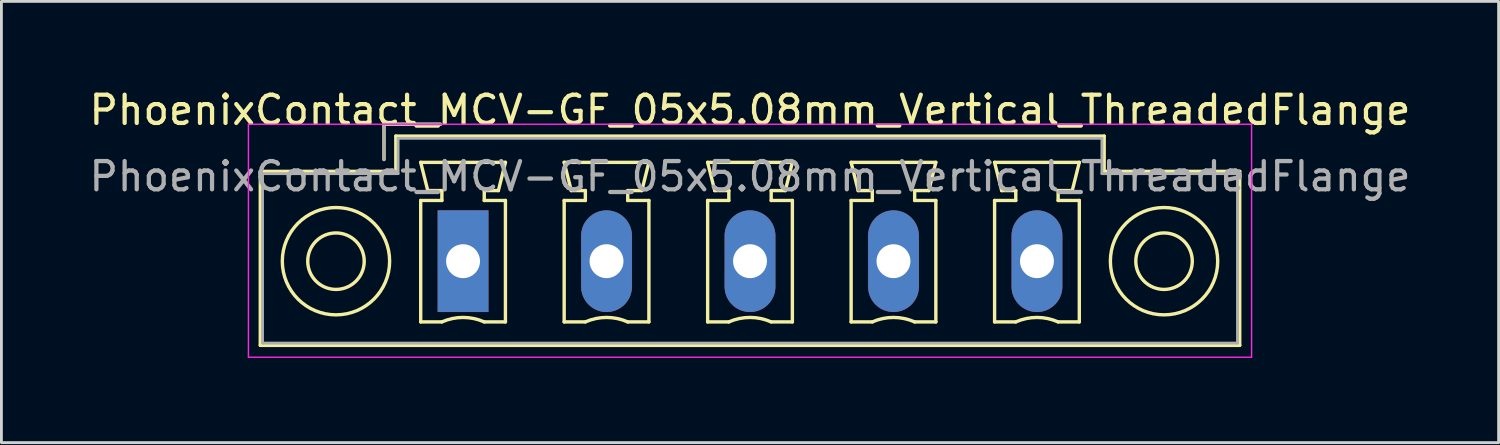
<source format=kicad_pcb>
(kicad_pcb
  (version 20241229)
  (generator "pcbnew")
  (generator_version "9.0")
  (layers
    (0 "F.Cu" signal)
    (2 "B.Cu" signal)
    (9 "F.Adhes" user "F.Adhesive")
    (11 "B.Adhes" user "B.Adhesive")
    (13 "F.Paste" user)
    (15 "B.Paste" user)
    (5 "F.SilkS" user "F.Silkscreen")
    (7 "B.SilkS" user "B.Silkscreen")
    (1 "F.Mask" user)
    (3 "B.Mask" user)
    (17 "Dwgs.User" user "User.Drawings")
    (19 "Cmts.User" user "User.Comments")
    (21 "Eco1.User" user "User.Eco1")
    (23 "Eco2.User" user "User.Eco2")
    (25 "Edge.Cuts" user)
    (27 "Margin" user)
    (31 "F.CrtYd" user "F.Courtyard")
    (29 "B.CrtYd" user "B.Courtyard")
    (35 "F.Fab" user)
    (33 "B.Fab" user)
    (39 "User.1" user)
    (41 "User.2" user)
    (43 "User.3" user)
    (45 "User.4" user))
  (footprint "PhoenixContact_MCV-GF_05x5.08mm_Vertical_ThreadedFlange"
    (layer "F.Cu")
    (at 13.346 6.198)
    (property "Reference" "PhoenixContact_MCV-GF_05x5.08mm_Vertical_ThreadedFlange" (at 10.16 -5.35 0) (layer "F.SilkS") (effects (font (size 1 1) (thickness 0.15))))
    (attr through_hole)
    (fp_line (start -7.18 -3.18) (end -7.18 2.98) (stroke (width 0.12) (type solid)) (layer "F.SilkS"))
    (fp_line (start -7.18 2.98) (end 27.5 2.98) (stroke (width 0.12) (type solid)) (layer "F.SilkS"))
    (fp_line (start -2.8 -4.85) (end -0.8 -4.85) (stroke (width 0.12) (type solid)) (layer "F.SilkS"))
    (fp_line (start -2.8 -3.6) (end -2.8 -4.85) (stroke (width 0.12) (type solid)) (layer "F.SilkS"))
    (fp_line (start -2.38 -4.43) (end -2.38 -3.18) (stroke (width 0.12) (type solid)) (layer "F.SilkS"))
    (fp_line (start -2.38 -3.18) (end -7.18 -3.18) (stroke (width 0.12) (type solid)) (layer "F.SilkS"))
    (fp_line (start -1.5 -3.5) (end 1.5 -3.5) (stroke (width 0.12) (type solid)) (layer "F.SilkS"))
    (fp_line (start -1.5 -2.15) (end -0.75 -2.15) (stroke (width 0.12) (type solid)) (layer "F.SilkS"))
    (fp_line (start -1.5 2.15) (end -1.5 -2.15) (stroke (width 0.12) (type solid)) (layer "F.SilkS"))
    (fp_line (start -1.25 -2.5) (end -1.5 -3.5) (stroke (width 0.12) (type solid)) (layer "F.SilkS"))
    (fp_line (start -0.75 -2.5) (end -1.25 -2.5) (stroke (width 0.12) (type solid)) (layer "F.SilkS"))
    (fp_line (start -0.75 -2.15) (end -0.75 -2.5) (stroke (width 0.12) (type solid)) (layer "F.SilkS"))
    (fp_line (start -0.75 2.15) (end -1.5 2.15) (stroke (width 0.12) (type solid)) (layer "F.SilkS"))
    (fp_line (start 0.75 -2.5) (end 0.75 -2.15) (stroke (width 0.12) (type solid)) (layer "F.SilkS"))
    (fp_line (start 0.75 -2.15) (end 1.5 -2.15) (stroke (width 0.12) (type solid)) (layer "F.SilkS"))
    (fp_line (start 1.25 -2.5) (end 0.75 -2.5) (stroke (width 0.12) (type solid)) (layer "F.SilkS"))
    (fp_line (start 1.5 -3.5) (end 1.25 -2.5) (stroke (width 0.12) (type solid)) (layer "F.SilkS"))
    (fp_line (start 1.5 -2.15) (end 1.5 2.15) (stroke (width 0.12) (type solid)) (layer "F.SilkS"))
    (fp_line (start 1.5 2.15) (end 0.75 2.15) (stroke (width 0.12) (type solid)) (layer "F.SilkS"))
    (fp_line (start 3.58 -3.5) (end 6.58 -3.5) (stroke (width 0.12) (type solid)) (layer "F.SilkS"))
    (fp_line (start 3.58 -2.15) (end 4.33 -2.15) (stroke (width 0.12) (type solid)) (layer "F.SilkS"))
    (fp_line (start 3.58 2.15) (end 3.58 -2.15) (stroke (width 0.12) (type solid)) (layer "F.SilkS"))
    (fp_line (start 3.83 -2.5) (end 3.58 -3.5) (stroke (width 0.12) (type solid)) (layer "F.SilkS"))
    (fp_line (start 4.33 -2.5) (end 3.83 -2.5) (stroke (width 0.12) (type solid)) (layer "F.SilkS"))
    (fp_line (start 4.33 -2.15) (end 4.33 -2.5) (stroke (width 0.12) (type solid)) (layer "F.SilkS"))
    (fp_line (start 4.33 2.15) (end 3.58 2.15) (stroke (width 0.12) (type solid)) (layer "F.SilkS"))
    (fp_line (start 5.83 -2.5) (end 5.83 -2.15) (stroke (width 0.12) (type solid)) (layer "F.SilkS"))
    (fp_line (start 5.83 -2.15) (end 6.58 -2.15) (stroke (width 0.12) (type solid)) (layer "F.SilkS"))
    (fp_line (start 6.33 -2.5) (end 5.83 -2.5) (stroke (width 0.12) (type solid)) (layer "F.SilkS"))
    (fp_line (start 6.58 -3.5) (end 6.33 -2.5) (stroke (width 0.12) (type solid)) (layer "F.SilkS"))
    (fp_line (start 6.58 -2.15) (end 6.58 2.15) (stroke (width 0.12) (type solid)) (layer "F.SilkS"))
    (fp_line (start 6.58 2.15) (end 5.83 2.15) (stroke (width 0.12) (type solid)) (layer "F.SilkS"))
    (fp_line (start 8.66 -3.5) (end 11.66 -3.5) (stroke (width 0.12) (type solid)) (layer "F.SilkS"))
    (fp_line (start 8.66 -2.15) (end 9.41 -2.15) (stroke (width 0.12) (type solid)) (layer "F.SilkS"))
    (fp_line (start 8.66 2.15) (end 8.66 -2.15) (stroke (width 0.12) (type solid)) (layer "F.SilkS"))
    (fp_line (start 8.91 -2.5) (end 8.66 -3.5) (stroke (width 0.12) (type solid)) (layer "F.SilkS"))
    (fp_line (start 9.41 -2.5) (end 8.91 -2.5) (stroke (width 0.12) (type solid)) (layer "F.SilkS"))
    (fp_line (start 9.41 -2.15) (end 9.41 -2.5) (stroke (width 0.12) (type solid)) (layer "F.SilkS"))
    (fp_line (start 9.41 2.15) (end 8.66 2.15) (stroke (width 0.12) (type solid)) (layer "F.SilkS"))
    (fp_line (start 10.91 -2.5) (end 10.91 -2.15) (stroke (width 0.12) (type solid)) (layer "F.SilkS"))
    (fp_line (start 10.91 -2.15) (end 11.66 -2.15) (stroke (width 0.12) (type solid)) (layer "F.SilkS"))
    (fp_line (start 11.41 -2.5) (end 10.91 -2.5) (stroke (width 0.12) (type solid)) (layer "F.SilkS"))
    (fp_line (start 11.66 -3.5) (end 11.41 -2.5) (stroke (width 0.12) (type solid)) (layer "F.SilkS"))
    (fp_line (start 11.66 -2.15) (end 11.66 2.15) (stroke (width 0.12) (type solid)) (layer "F.SilkS"))
    (fp_line (start 11.66 2.15) (end 10.91 2.15) (stroke (width 0.12) (type solid)) (layer "F.SilkS"))
    (fp_line (start 13.74 -3.5) (end 16.74 -3.5) (stroke (width 0.12) (type solid)) (layer "F.SilkS"))
    (fp_line (start 13.74 -2.15) (end 14.49 -2.15) (stroke (width 0.12) (type solid)) (layer "F.SilkS"))
    (fp_line (start 13.74 2.15) (end 13.74 -2.15) (stroke (width 0.12) (type solid)) (layer "F.SilkS"))
    (fp_line (start 13.99 -2.5) (end 13.74 -3.5) (stroke (width 0.12) (type solid)) (layer "F.SilkS"))
    (fp_line (start 14.49 -2.5) (end 13.99 -2.5) (stroke (width 0.12) (type solid)) (layer "F.SilkS"))
    (fp_line (start 14.49 -2.15) (end 14.49 -2.5) (stroke (width 0.12) (type solid)) (layer "F.SilkS"))
    (fp_line (start 14.49 2.15) (end 13.74 2.15) (stroke (width 0.12) (type solid)) (layer "F.SilkS"))
    (fp_line (start 15.99 -2.5) (end 15.99 -2.15) (stroke (width 0.12) (type solid)) (layer "F.SilkS"))
    (fp_line (start 15.99 -2.15) (end 16.74 -2.15) (stroke (width 0.12) (type solid)) (layer "F.SilkS"))
    (fp_line (start 16.49 -2.5) (end 15.99 -2.5) (stroke (width 0.12) (type solid)) (layer "F.SilkS"))
    (fp_line (start 16.74 -3.5) (end 16.49 -2.5) (stroke (width 0.12) (type solid)) (layer "F.SilkS"))
    (fp_line (start 16.74 -2.15) (end 16.74 2.15) (stroke (width 0.12) (type solid)) (layer "F.SilkS"))
    (fp_line (start 16.74 2.15) (end 15.99 2.15) (stroke (width 0.12) (type solid)) (layer "F.SilkS"))
    (fp_line (start 18.82 -3.5) (end 21.82 -3.5) (stroke (width 0.12) (type solid)) (layer "F.SilkS"))
    (fp_line (start 18.82 -2.15) (end 19.57 -2.15) (stroke (width 0.12) (type solid)) (layer "F.SilkS"))
    (fp_line (start 18.82 2.15) (end 18.82 -2.15) (stroke (width 0.12) (type solid)) (layer "F.SilkS"))
    (fp_line (start 19.07 -2.5) (end 18.82 -3.5) (stroke (width 0.12) (type solid)) (layer "F.SilkS"))
    (fp_line (start 19.57 -2.5) (end 19.07 -2.5) (stroke (width 0.12) (type solid)) (layer "F.SilkS"))
    (fp_line (start 19.57 -2.15) (end 19.57 -2.5) (stroke (width 0.12) (type solid)) (layer "F.SilkS"))
    (fp_line (start 19.57 2.15) (end 18.82 2.15) (stroke (width 0.12) (type solid)) (layer "F.SilkS"))
    (fp_line (start 21.07 -2.5) (end 21.07 -2.15) (stroke (width 0.12) (type solid)) (layer "F.SilkS"))
    (fp_line (start 21.07 -2.15) (end 21.82 -2.15) (stroke (width 0.12) (type solid)) (layer "F.SilkS"))
    (fp_line (start 21.57 -2.5) (end 21.07 -2.5) (stroke (width 0.12) (type solid)) (layer "F.SilkS"))
    (fp_line (start 21.82 -3.5) (end 21.57 -2.5) (stroke (width 0.12) (type solid)) (layer "F.SilkS"))
    (fp_line (start 21.82 -2.15) (end 21.82 2.15) (stroke (width 0.12) (type solid)) (layer "F.SilkS"))
    (fp_line (start 21.82 2.15) (end 21.07 2.15) (stroke (width 0.12) (type solid)) (layer "F.SilkS"))
    (fp_line (start 22.7 -4.43) (end -2.38 -4.43) (stroke (width 0.12) (type solid)) (layer "F.SilkS"))
    (fp_line (start 22.7 -3.18) (end 22.7 -4.43) (stroke (width 0.12) (type solid)) (layer "F.SilkS"))
    (fp_line (start 27.5 -3.18) (end 22.7 -3.18) (stroke (width 0.12) (type solid)) (layer "F.SilkS"))
    (fp_line (start 27.5 2.98) (end 27.5 -3.18) (stroke (width 0.12) (type solid)) (layer "F.SilkS"))
    (fp_arc (start -0.75 2.15) (mid -0.000193 1.99191) (end 0.749647 2.149844) (stroke (width 0.12) (type solid)) (layer "F.SilkS"))
    (fp_arc (start 4.33 2.15) (mid 5.079807 1.99191) (end 5.829647 2.149844) (stroke (width 0.12) (type solid)) (layer "F.SilkS"))
    (fp_arc (start 9.41 2.15) (mid 10.159807 1.99191) (end 10.909647 2.149844) (stroke (width 0.12) (type solid)) (layer "F.SilkS"))
    (fp_arc (start 14.49 2.15) (mid 15.239807 1.99191) (end 15.989647 2.149844) (stroke (width 0.12) (type solid)) (layer "F.SilkS"))
    (fp_arc (start 19.57 2.15) (mid 20.319807 1.99191) (end 21.069647 2.149844) (stroke (width 0.12) (type solid)) (layer "F.SilkS"))
    (fp_circle (center -4.5 0) (end -3.5 0) (stroke (width 0.12) (type solid)) (fill no) (layer "F.SilkS"))
    (fp_circle (center -4.5 0) (end -2.6 0) (stroke (width 0.12) (type solid)) (fill no) (layer "F.SilkS"))
    (fp_circle (center 24.82 0) (end 25.82 0) (stroke (width 0.12) (type solid)) (fill no) (layer "F.SilkS"))
    (fp_circle (center 24.82 0) (end 26.72 0) (stroke (width 0.12) (type solid)) (fill no) (layer "F.SilkS"))
    (fp_line (start -7.6 -4.85) (end -7.6 3.4) (stroke (width 0.05) (type solid)) (layer "F.CrtYd"))
    (fp_line (start -7.6 3.4) (end 27.92 3.4) (stroke (width 0.05) (type solid)) (layer "F.CrtYd"))
    (fp_line (start 27.92 -4.85) (end -7.6 -4.85) (stroke (width 0.05) (type solid)) (layer "F.CrtYd"))
    (fp_line (start 27.92 3.4) (end 27.92 -4.85) (stroke (width 0.05) (type solid)) (layer "F.CrtYd"))
    (fp_line (start -7.1 -3.1) (end -7.1 2.9) (stroke (width 0.1) (type solid)) (layer "F.Fab"))
    (fp_line (start -7.1 2.9) (end 27.42 2.9) (stroke (width 0.1) (type solid)) (layer "F.Fab"))
    (fp_line (start -2.8 -4.85) (end -0.8 -4.85) (stroke (width 0.1) (type solid)) (layer "F.Fab"))
    (fp_line (start -2.8 -3.6) (end -2.8 -4.85) (stroke (width 0.1) (type solid)) (layer "F.Fab"))
    (fp_line (start -2.3 -4.35) (end -2.3 -3.1) (stroke (width 0.1) (type solid)) (layer "F.Fab"))
    (fp_line (start -2.3 -3.1) (end -7.1 -3.1) (stroke (width 0.1) (type solid)) (layer "F.Fab"))
    (fp_line (start 22.62 -4.35) (end -2.3 -4.35) (stroke (width 0.1) (type solid)) (layer "F.Fab"))
    (fp_line (start 22.62 -3.1) (end 22.62 -4.35) (stroke (width 0.1) (type solid)) (layer "F.Fab"))
    (fp_line (start 27.42 -3.1) (end 22.62 -3.1) (stroke (width 0.1) (type solid)) (layer "F.Fab"))
    (fp_line (start 27.42 2.9) (end 27.42 -3.1) (stroke (width 0.1) (type solid)) (layer "F.Fab"))
    (fp_text user "${REFERENCE}" (at 10.16 -3 0) (layer "F.Fab") (effects (font (size 1 1) (thickness 0.15))))
    (pad "1" thru_hole rect (at 0 0) (size 1.8 3.6) (drill 1.2) (layers "*.Cu" "*.Mask"))
    (pad "2" thru_hole oval (at 5.08 0) (size 1.8 3.6) (drill 1.2) (layers "*.Cu" "*.Mask"))
    (pad "3" thru_hole oval (at 10.16 0) (size 1.8 3.6) (drill 1.2) (layers "*.Cu" "*.Mask"))
    (pad "4" thru_hole oval (at 15.24 0) (size 1.8 3.6) (drill 1.2) (layers "*.Cu" "*.Mask"))
    (pad "5" thru_hole oval (at 20.32 0) (size 1.8 3.6) (drill 1.2) (layers "*.Cu" "*.Mask")))
  (gr_rect
    (start -3 -3)
    (end 50.012 12.623)
    (stroke (width 0.1) (type default))
    (fill no)
    (layer "Edge.Cuts")))
</source>
